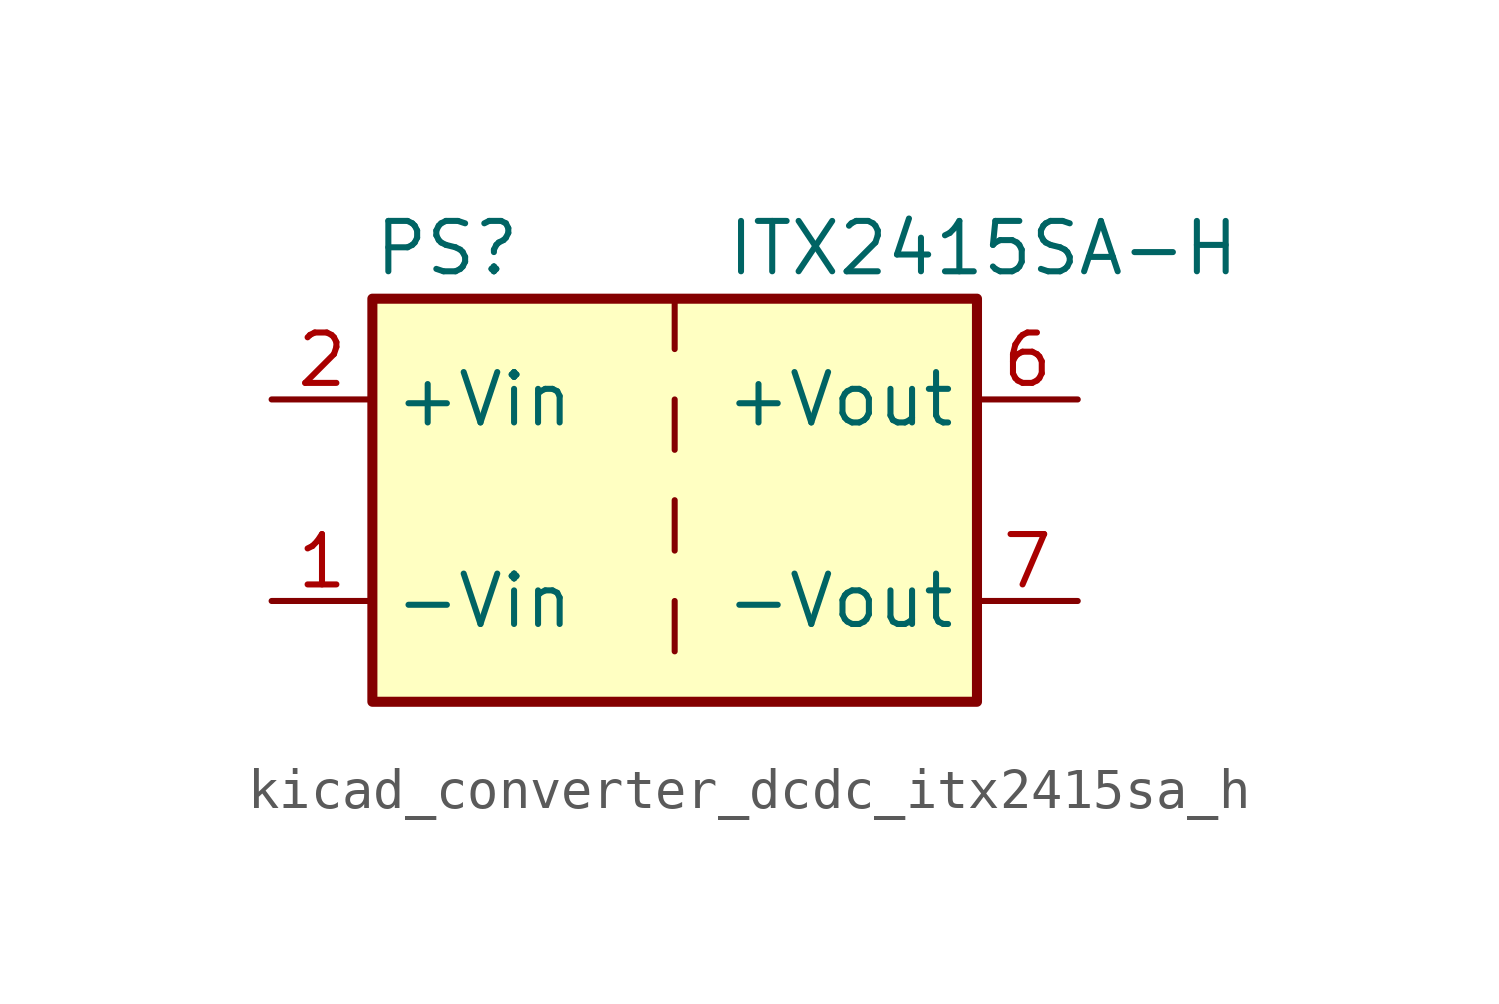
<source format=kicad_sym>
(kicad_symbol_lib
  (version 20220914)
  (generator kicad_symbol_editor)
  (symbol "kicad_converter_dcdc_itx2415sa_h"
    (property "Reference" "PS"
      (at -7.62 6.35 0)
      (effects (font (size 1.27 1.27)) (justify left)))
    (property "Value" "ITX2415SA-H"
      (at 1.27 6.35 0)
      (effects (font (size 1.27 1.27)) (justify left)))
    (symbol "kicad_converter_dcdc_itx2415sa_h_0_0"
      (pin power_in line (at -10.16 -2.54 0) (length 2.54) (name "-Vin" (effects (font (size 1.27 1.27)))) (number "1" (effects (font (size 1.27 1.27)))))
      (pin power_in line (at -10.16 2.54 0) (length 2.54) (name "+Vin" (effects (font (size 1.27 1.27)))) (number "2" (effects (font (size 1.27 1.27)))))
      (pin power_out line (at 10.16 2.54 180) (length 2.54) (name "+Vout" (effects (font (size 1.27 1.27)))) (number "6" (effects (font (size 1.27 1.27)))))
      (pin power_out line (at 10.16 -2.54 180) (length 2.54) (name "-Vout" (effects (font (size 1.27 1.27)))) (number "7" (effects (font (size 1.27 1.27)))))
      (pin no_connect line (at 7.62 0 180) (length 2.54) hide (name "NC" (effects (font (size 1.27 1.27)))) (number "8" (effects (font (size 1.27 1.27))))))
    (symbol "kicad_converter_dcdc_itx2415sa_h_0_1"
      (rectangle (start -7.62 5.08) (end 7.62 -5.08) (stroke (width 0.254) (type default)) (fill (type background)))
      (polyline (pts (xy 0 -2.54) (xy 0 -3.81)) (stroke (width 0) (type default)) (fill (type none)))
      (polyline (pts (xy 0 0) (xy 0 -1.27)) (stroke (width 0) (type default)) (fill (type none)))
      (polyline (pts (xy 0 2.54) (xy 0 1.27)) (stroke (width 0) (type default)) (fill (type none)))
      (polyline (pts (xy 0 5.08) (xy 0 3.81)) (stroke (width 0) (type default)) (fill (type none))))))
</source>
